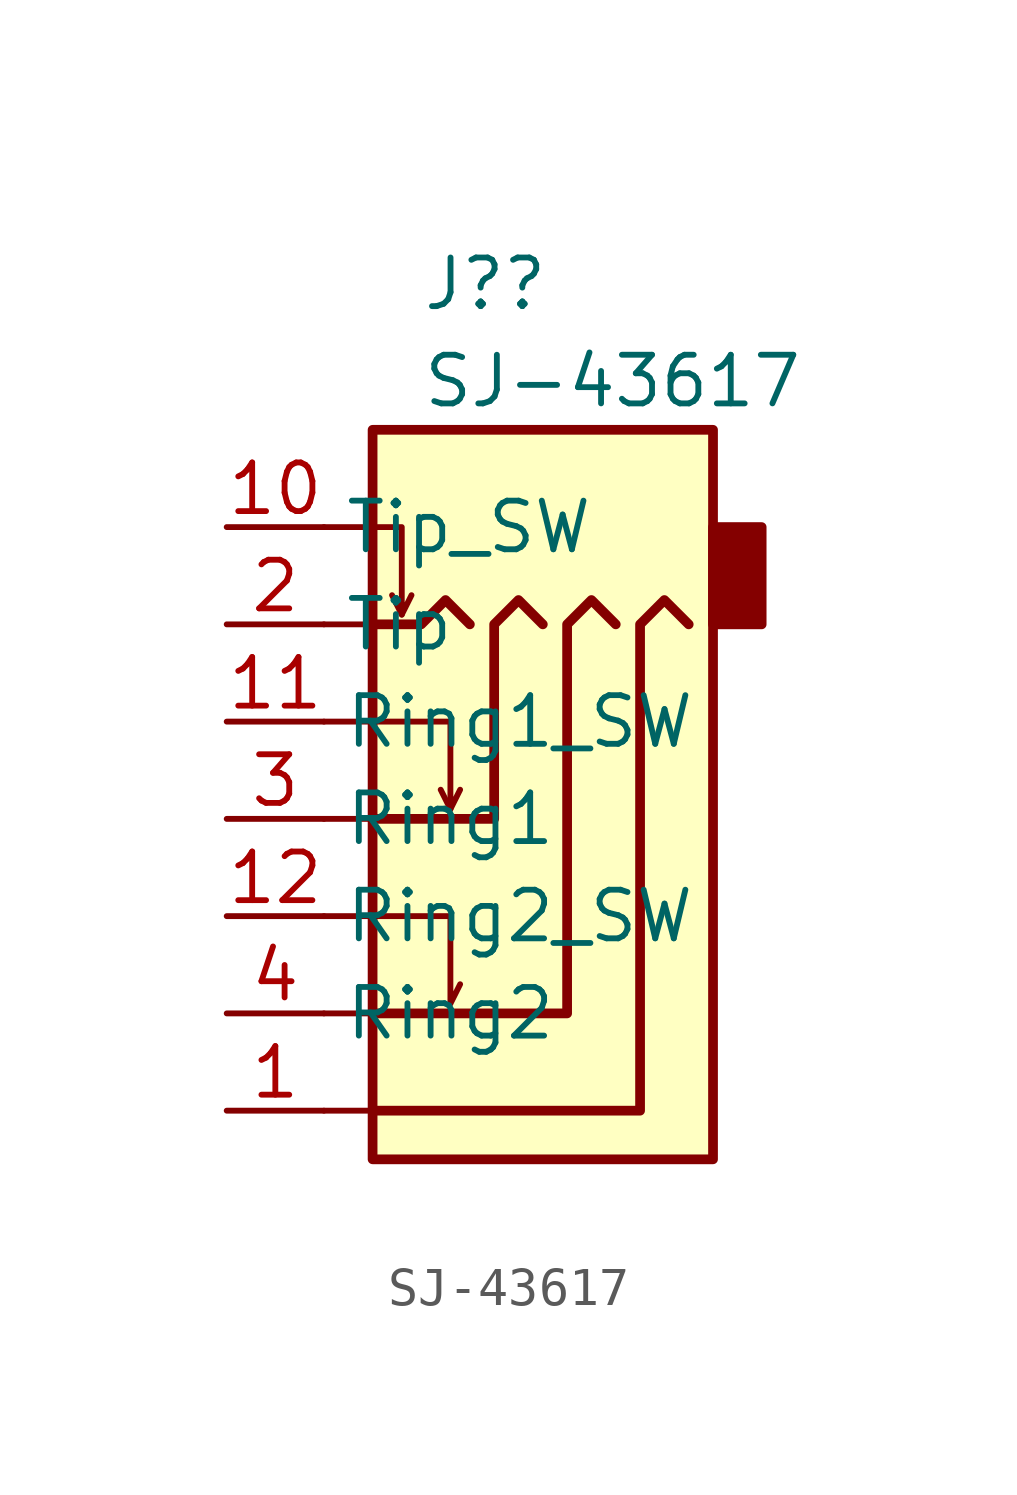
<source format=kicad_sym>
(kicad_symbol_lib
  (version 20211014)
  (generator kicad_symbol_editor)
  (symbol "SJ-43617"
    (property "Reference" "J?"
      (at -3.81 13.97 0)
      (effects (font (size 1.27 1.27)) (justify left)))
    (property "Value" "SJ-43617"
      (at -3.81 11.43 0)
      (effects (font (size 1.27 1.27)) (justify left)))
    (symbol "SJ-43617_0_0"
      (pin bidirectional line (at -8.89 -7.62 0) (length 2.54) (name "" (effects (font (size 1.27 1.27)))) (number "1" (effects (font (size 1.27 1.27)))))
      (pin bidirectional line (at -8.89 7.62 0) (length 2.54) (name "Tip_SW" (effects (font (size 1.27 1.27)))) (number "10" (effects (font (size 1.27 1.27)))))
      (pin bidirectional line (at -8.89 2.54 0) (length 2.54) (name "Ring1_SW" (effects (font (size 1.27 1.27)))) (number "11" (effects (font (size 1.27 1.27)))))
      (pin bidirectional line (at -8.89 -2.54 0) (length 2.54) (name "Ring2_SW" (effects (font (size 1.27 1.27)))) (number "12" (effects (font (size 1.27 1.27)))))
      (pin bidirectional line (at -8.89 5.08 0) (length 2.54) (name "Tip" (effects (font (size 1.27 1.27)))) (number "2" (effects (font (size 1.27 1.27)))))
      (pin bidirectional line (at -8.89 0 0) (length 2.54) (name "Ring1" (effects (font (size 1.27 1.27)))) (number "3" (effects (font (size 1.27 1.27)))))
      (pin bidirectional line (at -8.89 -5.08 0) (length 2.54) (name "Ring2" (effects (font (size 1.27 1.27)))) (number "4" (effects (font (size 1.27 1.27))))))
    (symbol "SJ-43617_0_1"
      (rectangle (start -5.08 10.16) (end 3.81 -8.89) (stroke (width 0.254) (type default) (color 0 0 0 0)) (fill (type background)))
      (polyline (pts (xy -6.35 -7.62) (xy -5.08 -7.62)) (stroke (width 0) (type default) (color 0 0 0 0)) (fill (type none)))
      (polyline (pts (xy -6.35 0) (xy -5.08 0)) (stroke (width 0) (type default) (color 0 0 0 0)) (fill (type none)))
      (polyline (pts (xy -5.08 -5.08) (xy -6.35 -5.08)) (stroke (width 0) (type default) (color 0 0 0 0)) (fill (type none)))
      (polyline (pts (xy -5.08 5.08) (xy -6.35 5.08)) (stroke (width 0) (type default) (color 0 0 0 0)) (fill (type none)))
      (rectangle (start 3.81 5.08) (end 5.08 7.62) (stroke (width 0.254) (type default) (color 0 0 0 0)) (fill (type outline))))
    (symbol "SJ-43617_1_1"
      (polyline (pts (xy -4.318 5.334) (xy -4.572 5.842)) (stroke (width 0) (type default) (color 0 0 0 0)) (fill (type none)))
      (polyline (pts (xy -3.048 0.254) (xy -3.302 0.762)) (stroke (width 0) (type default) (color 0 0 0 0)) (fill (type none)))
      (polyline (pts (xy -6.35 -2.54) (xy -3.048 -2.54) (xy -3.048 -4.826) (xy -2.794 -4.318)) (stroke (width 0) (type default) (color 0 0 0 0)) (fill (type none)))
      (polyline (pts (xy -6.35 2.54) (xy -3.048 2.54) (xy -3.048 0.254) (xy -2.794 0.762)) (stroke (width 0) (type default) (color 0 0 0 0)) (fill (type none)))
      (polyline (pts (xy -6.35 7.62) (xy -4.318 7.62) (xy -4.318 5.334) (xy -4.064 5.842)) (stroke (width 0) (type default) (color 0 0 0 0)) (fill (type none)))
      (polyline (pts (xy -2.54 5.08) (xy -3.175 5.715) (xy -3.81 5.08) (xy -5.08 5.08)) (stroke (width 0.254) (type default) (color 0 0 0 0)) (fill (type none)))
      (polyline (pts (xy -5.08 -7.62) (xy 1.905 -7.62) (xy 1.905 5.08) (xy 2.54 5.715) (xy 3.175 5.08)) (stroke (width 0.254) (type default) (color 0 0 0 0)) (fill (type none)))
      (polyline (pts (xy -5.08 -5.08) (xy 0 -5.08) (xy 0 5.08) (xy 0.635 5.715) (xy 1.27 5.08)) (stroke (width 0.254) (type default) (color 0 0 0 0)) (fill (type none)))
      (polyline (pts (xy -0.635 5.08) (xy -1.27 5.715) (xy -1.905 5.08) (xy -1.905 0) (xy -5.08 0)) (stroke (width 0.254) (type default) (color 0 0 0 0)) (fill (type none))))))
</source>
